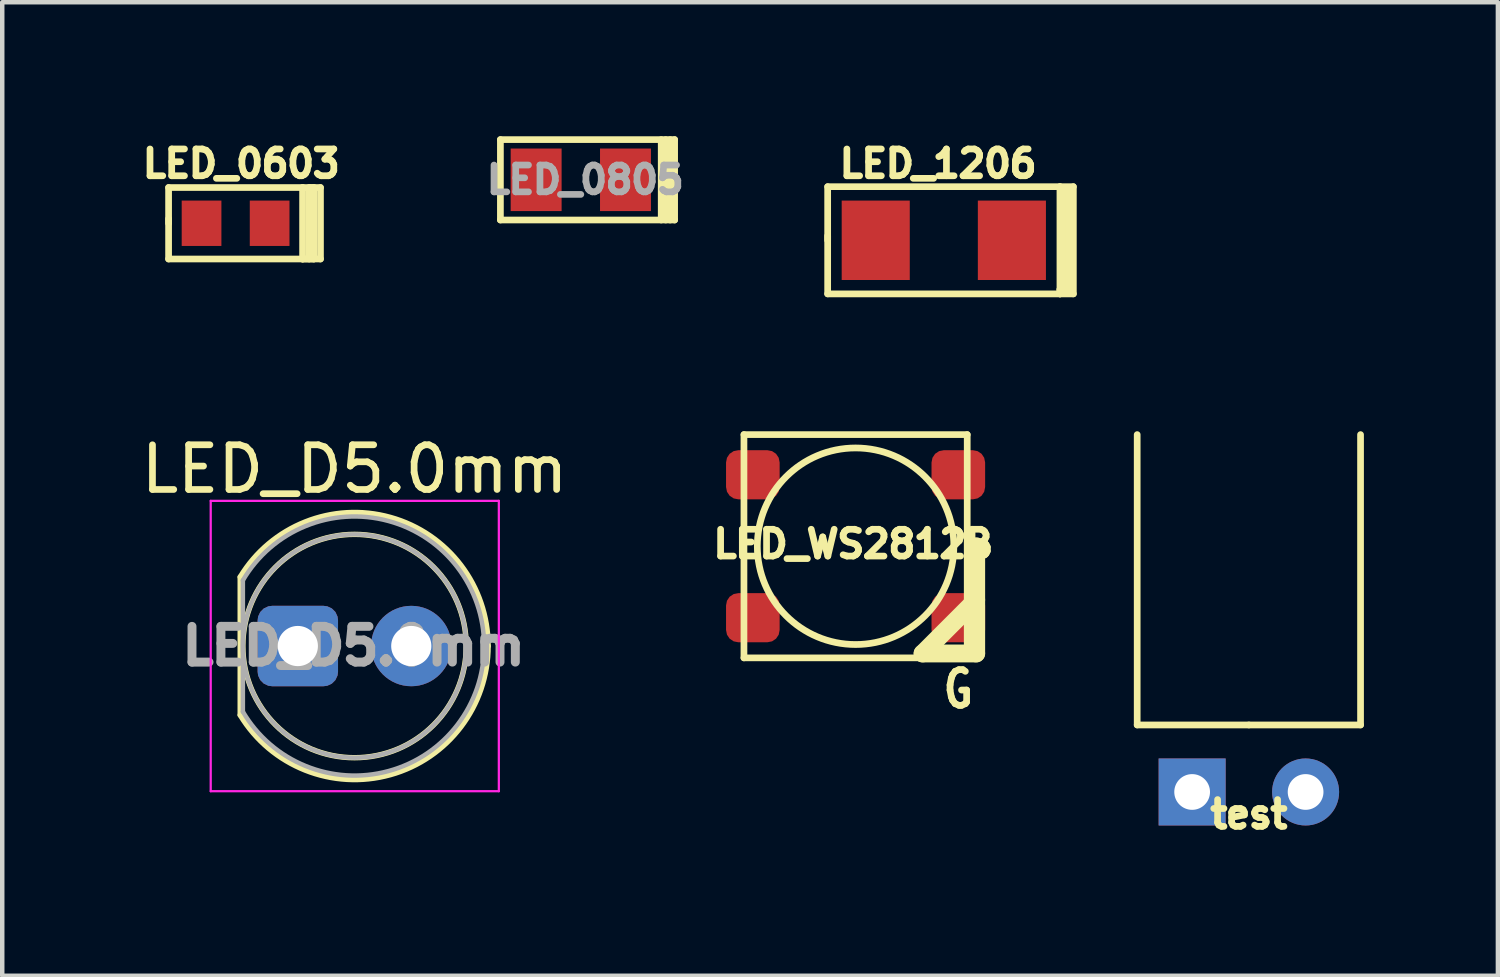
<source format=kicad_pcb>
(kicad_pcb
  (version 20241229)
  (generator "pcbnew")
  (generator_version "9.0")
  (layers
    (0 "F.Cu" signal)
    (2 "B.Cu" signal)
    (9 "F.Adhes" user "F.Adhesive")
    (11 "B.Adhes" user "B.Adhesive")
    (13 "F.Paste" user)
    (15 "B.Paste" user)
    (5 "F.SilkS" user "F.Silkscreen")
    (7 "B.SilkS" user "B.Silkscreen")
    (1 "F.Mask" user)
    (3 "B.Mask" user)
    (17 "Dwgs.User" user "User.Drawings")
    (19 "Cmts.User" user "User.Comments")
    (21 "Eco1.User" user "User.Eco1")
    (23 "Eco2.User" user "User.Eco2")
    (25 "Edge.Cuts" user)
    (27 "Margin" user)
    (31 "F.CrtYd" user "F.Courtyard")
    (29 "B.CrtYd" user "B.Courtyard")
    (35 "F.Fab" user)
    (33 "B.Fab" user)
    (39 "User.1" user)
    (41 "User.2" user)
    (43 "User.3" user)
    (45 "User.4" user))
  (footprint "LED_0805"
    (layer "F.Cu")
    (at 9.952 0.975)
    (property "Reference" "LED_0805" (at 0.1 0 0) (layer "F.Fab") (effects (font (size 0.6 0.6) (thickness 0.15))))
    (attr smd)
    (fp_line (start -1.8 -0.9) (end 2.1 -0.9) (stroke (width 0.15) (type solid)) (layer "F.SilkS"))
    (fp_line (start -1.8 0.9) (end -1.8 -0.9) (stroke (width 0.15) (type solid)) (layer "F.SilkS"))
    (fp_line (start 1.8 -0.9) (end 1.8 0.9) (stroke (width 0.15) (type solid)) (layer "F.SilkS"))
    (fp_line (start 1.9 -0.9) (end 1.9 0.9) (stroke (width 0.15) (type solid)) (layer "F.SilkS"))
    (fp_line (start 2 0.9) (end 2 -0.9) (stroke (width 0.15) (type solid)) (layer "F.SilkS"))
    (fp_line (start 2.1 -0.9) (end 2.1 0.9) (stroke (width 0.15) (type solid)) (layer "F.SilkS"))
    (fp_line (start 2.1 0.9) (end -1.8 0.9) (stroke (width 0.15) (type solid)) (layer "F.SilkS"))
    (pad "A" smd rect (at -1 0) (size 1.14 1.4) (layers "F.Cu" "F.Mask" "F.Paste"))
    (pad "C" smd rect (at 1 0) (size 1.14 1.4) (layers "F.Cu" "F.Mask" "F.Paste")))
  (footprint "LED_WS2812B"
    (layer "F.Cu")
    (at 16.103 9.178)
    (property "Reference" "LED_WS2812B" (at -0.05 -0.05 0) (layer "F.SilkS") (effects (font (size 0.6 0.6) (thickness 0.15))))
    (attr through_hole)
    (fp_line (start -2.499 -2.499) (end 2.499 -2.499) (stroke (width 0.15) (type solid)) (layer "F.SilkS"))
    (fp_line (start -2.499 2.499) (end -2.499 -2.499) (stroke (width 0.15) (type solid)) (layer "F.SilkS"))
    (fp_line (start 1.5 2.4) (end 2.7 1.2) (stroke (width 0.4) (type solid)) (layer "F.SilkS"))
    (fp_line (start 1.5 2.4) (end 2.7 2.4) (stroke (width 0.4) (type default)) (layer "F.SilkS"))
    (fp_line (start 2.499 -2.499) (end 2.499 2.499) (stroke (width 0.15) (type solid)) (layer "F.SilkS"))
    (fp_line (start 2.499 2.499) (end -2.499 2.499) (stroke (width 0.15) (type solid)) (layer "F.SilkS"))
    (fp_line (start 2.7 2.4) (end 2.7 0) (stroke (width 0.4) (type default)) (layer "F.SilkS"))
    (fp_circle (center 0 0) (end 0 2.2) (stroke (width 0.15) (type solid)) (fill no) (layer "F.SilkS"))
    (fp_text user "G" (at 2.3 3.2 0) (unlocked yes) (layer "F.SilkS") (effects (font (size 0.8 0.6) (thickness 0.15))))
    (pad "1" smd roundrect (at -2.3 -1.6) (size 1.2 1.1) (layers "F.Cu" "F.Mask" "F.Paste") (roundrect_rratio 0.25))
    (pad "2" smd roundrect (at -2.3 1.6) (size 1.2 1.1) (layers "F.Cu" "F.Mask" "F.Paste") (roundrect_rratio 0.25))
    (pad "3" smd roundrect (at 2.3 1.6) (size 1.2 1.1) (layers "F.Cu" "F.Mask" "F.Paste") (roundrect_rratio 0.25))
    (pad "4" smd roundrect (at 2.3 -1.6) (size 1.2 1.1) (layers "F.Cu" "F.Mask" "F.Paste") (roundrect_rratio 0.25)))
  (footprint "test"
    (layer "F.Cu")
    (at 24.907 14.679)
    (property "Reference" "test" (at 0 0.5 0) (layer "F.SilkS") (effects (font (size 0.6 0.6) (thickness 0.15))))
    (attr through_hole)
    (fp_line (start -2.5 -1.5) (end -2.5 -8) (stroke (width 0.15) (type solid)) (layer "F.SilkS"))
    (fp_line (start 0 -1.5) (end -2.5 -1.5) (stroke (width 0.15) (type solid)) (layer "F.SilkS"))
    (fp_line (start 0 -1.5) (end 2.5 -1.5) (stroke (width 0.15) (type solid)) (layer "F.SilkS"))
    (fp_line (start 2.5 -1.5) (end 2.5 -8) (stroke (width 0.15) (type solid)) (layer "F.SilkS"))
    (pad "A" thru_hole rect (at -1.27 0) (size 1.5 1.5) (drill 0.8) (layers "*.Cu" "*.Mask"))
    (pad "C" thru_hole circle (at 1.27 0) (size 1.5 1.5) (drill 0.8) (layers "*.Cu" "*.Mask")))
  (footprint "LED_0603"
    (layer "F.Cu")
    (at 2.224 1.948)
    (property "Reference" "LED_0603" (at 0.127 -1.333 0) (layer "F.SilkS") (effects (font (size 0.6 0.6) (thickness 0.15))))
    (attr smd)
    (fp_line (start -1.5 -0.8) (end 1.5 -0.8) (stroke (width 0.15) (type solid)) (layer "F.SilkS"))
    (fp_line (start -1.5 0) (end -1.5 -0.8) (stroke (width 0.15) (type solid)) (layer "F.SilkS"))
    (fp_line (start -1.5 0.8) (end -1.5 -0.1) (stroke (width 0.15) (type solid)) (layer "F.SilkS"))
    (fp_line (start 1.5 -0.8) (end 1.5 0.8) (stroke (width 0.15) (type solid)) (layer "F.SilkS"))
    (fp_line (start 1.5 -0.8) (end 1.65 -0.8) (stroke (width 0.15) (type solid)) (layer "F.SilkS"))
    (fp_line (start 1.5 0.8) (end -1.5 0.8) (stroke (width 0.15) (type solid)) (layer "F.SilkS"))
    (fp_line (start 1.5 0.8) (end 1.75 0.8) (stroke (width 0.15) (type solid)) (layer "F.SilkS"))
    (fp_line (start 1.65 -0.8) (end 1.65 0.8) (stroke (width 0.15) (type solid)) (layer "F.SilkS"))
    (fp_line (start 1.65 0.8) (end 1.5 0.8) (stroke (width 0.15) (type solid)) (layer "F.SilkS"))
    (fp_line (start 1.7 -0.8) (end 1.9 -0.8) (stroke (width 0.15) (type solid)) (layer "F.SilkS"))
    (fp_line (start 1.75 -0.8) (end 1.65 -0.8) (stroke (width 0.15) (type solid)) (layer "F.SilkS"))
    (fp_line (start 1.75 0.8) (end 1.75 -0.8) (stroke (width 0.15) (type solid)) (layer "F.SilkS"))
    (fp_line (start 1.9 -0.8) (end 1.9 0.8) (stroke (width 0.15) (type solid)) (layer "F.SilkS"))
    (fp_line (start 1.9 0.8) (end 1.7 0.8) (stroke (width 0.15) (type solid)) (layer "F.SilkS"))
    (pad "A" smd rect (at -0.762 0) (size 0.889 1.016) (layers "F.Cu" "F.Mask" "F.Paste"))
    (pad "C" smd rect (at 0.762 0) (size 0.889 1.016) (layers "F.Cu" "F.Mask" "F.Paste")))
  (footprint "LED_1206"
    (layer "F.Cu")
    (at 18.078 2.329)
    (property "Reference" "LED_1206" (at -0.127 -1.714 0) (layer "F.SilkS") (effects (font (size 0.6 0.6) (thickness 0.15))))
    (attr smd)
    (fp_line (start -2.6 -1.2) (end 2.6 -1.2) (stroke (width 0.15) (type solid)) (layer "F.SilkS"))
    (fp_line (start -2.6 0) (end -2.6 -1.2) (stroke (width 0.15) (type solid)) (layer "F.SilkS"))
    (fp_line (start -2.6 1.2) (end -2.6 -0.1) (stroke (width 0.15) (type solid)) (layer "F.SilkS"))
    (fp_line (start 2.6 -1.2) (end 2.6 1.2) (stroke (width 0.15) (type solid)) (layer "F.SilkS"))
    (fp_line (start 2.6 -1.2) (end 2.9 -1.2) (stroke (width 0.15) (type solid)) (layer "F.SilkS"))
    (fp_line (start 2.6 1.1) (end 2.7 1.1) (stroke (width 0.15) (type solid)) (layer "F.SilkS"))
    (fp_line (start 2.6 1.2) (end -2.6 1.2) (stroke (width 0.15) (type solid)) (layer "F.SilkS"))
    (fp_line (start 2.6 1.2) (end 2.6 1.1) (stroke (width 0.15) (type solid)) (layer "F.SilkS"))
    (fp_line (start 2.7 -1.1) (end 2.8 -1.1) (stroke (width 0.15) (type solid)) (layer "F.SilkS"))
    (fp_line (start 2.7 1.1) (end 2.7 -1.1) (stroke (width 0.15) (type solid)) (layer "F.SilkS"))
    (fp_line (start 2.8 -1.1) (end 2.8 1.1) (stroke (width 0.15) (type solid)) (layer "F.SilkS"))
    (fp_line (start 2.9 -1.2) (end 2.9 1.2) (stroke (width 0.15) (type solid)) (layer "F.SilkS"))
    (fp_line (start 2.9 1.2) (end 2.6 1.2) (stroke (width 0.15) (type solid)) (layer "F.SilkS"))
    (pad "A" smd rect (at -1.524 0) (size 1.524 1.778) (layers "F.Cu" "F.Mask" "F.Paste"))
    (pad "C" smd rect (at 1.524 0) (size 1.524 1.778) (layers "F.Cu" "F.Mask" "F.Paste")))
  (footprint "LED_D5.0mm"
    (layer "F.Cu")
    (at 3.617 11.412)
    (property "Reference" "LED_D5.0mm" (at 1.27 -3.96 0) (layer "F.SilkS") (effects (font (size 1 1) (thickness 0.15))))
    (attr through_hole)
    (fp_line (start -1.29 -1.545) (end -1.29 1.545) (stroke (width 0.12) (type solid)) (layer "F.SilkS"))
    (fp_arc (start -1.29 -1.54483) (mid 2.072002 -2.880433) (end 4.26 0.000462) (stroke (width 0.12) (type solid)) (layer "F.SilkS"))
    (fp_arc (start 4.26 -0.000462) (mid 2.072002 2.880433) (end -1.29 1.54483) (stroke (width 0.12) (type solid)) (layer "F.SilkS"))
    (fp_circle (center 1.27 0) (end 3.77 0) (stroke (width 0.12) (type solid)) (fill no) (layer "F.SilkS"))
    (fp_line (start -1.95 -3.25) (end -1.95 3.25) (stroke (width 0.05) (type solid)) (layer "F.CrtYd"))
    (fp_line (start -1.95 3.25) (end 4.5 3.25) (stroke (width 0.05) (type solid)) (layer "F.CrtYd"))
    (fp_line (start 4.5 -3.25) (end -1.95 -3.25) (stroke (width 0.05) (type solid)) (layer "F.CrtYd"))
    (fp_line (start 4.5 3.25) (end 4.5 -3.25) (stroke (width 0.05) (type solid)) (layer "F.CrtYd"))
    (fp_line (start -1.23 -1.47) (end -1.23 1.47) (stroke (width 0.1) (type solid)) (layer "F.Fab"))
    (fp_arc (start -1.23 -1.469694) (mid 4.17 0.000016) (end -1.230016 1.469666) (stroke (width 0.1) (type solid)) (layer "F.Fab"))
    (fp_circle (center 1.27 0) (end 3.77 0) (stroke (width 0.1) (type solid)) (fill no) (layer "F.Fab"))
    (fp_text user "${REFERENCE}" (at 1.25 0 0) (layer "F.Fab") (effects (font (size 0.8 0.8) (thickness 0.2))))
    (pad "A" thru_hole circle (at 2.54 0) (size 1.8 1.8) (drill 0.9) (layers "*.Cu" "*.Mask"))
    (pad "C" thru_hole roundrect (at 0 0) (size 1.8 1.8) (drill 0.9) (layers "*.Cu" "*.Mask") (roundrect_rratio 0.18)))
  (gr_rect
    (start -3 -3)
    (end 30.482 18.793)
    (stroke (width 0.1) (type default))
    (fill no)
    (layer "Edge.Cuts")))
</source>
